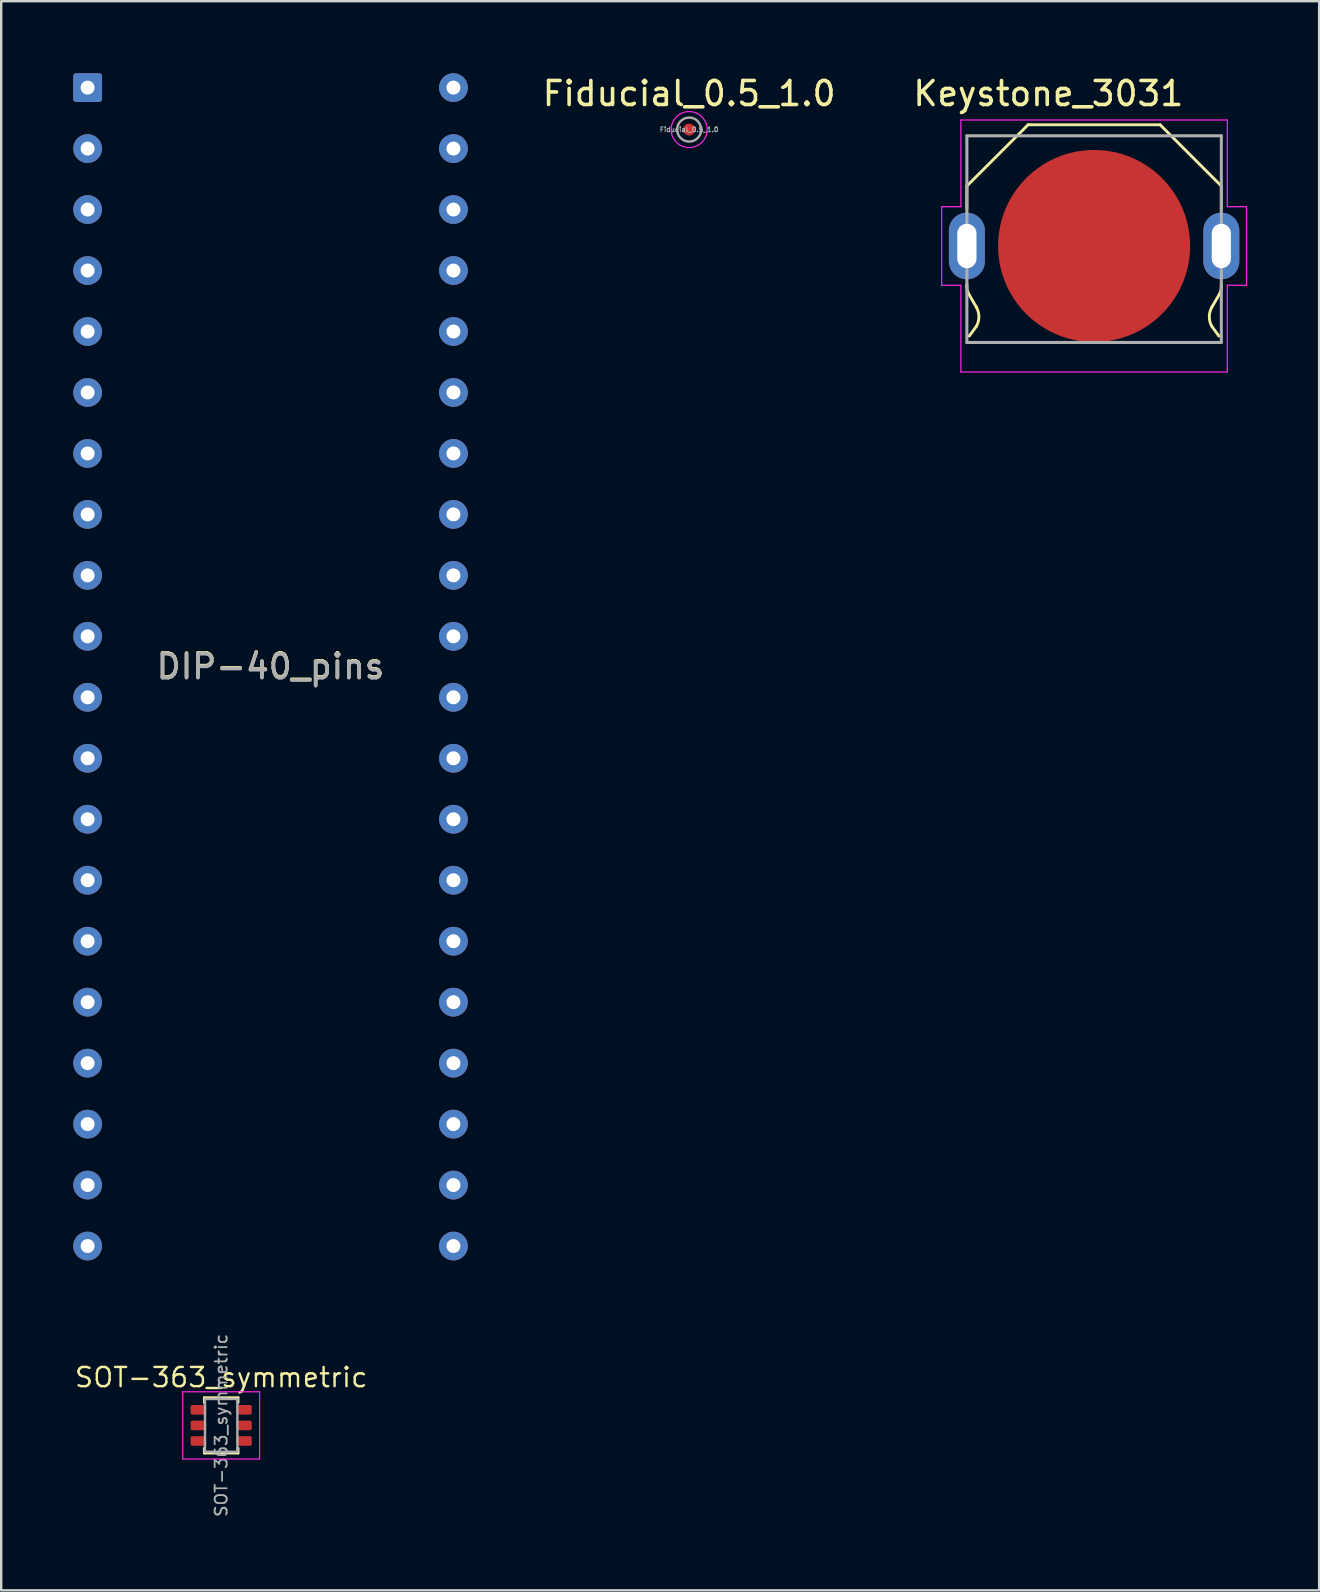
<source format=kicad_pcb>
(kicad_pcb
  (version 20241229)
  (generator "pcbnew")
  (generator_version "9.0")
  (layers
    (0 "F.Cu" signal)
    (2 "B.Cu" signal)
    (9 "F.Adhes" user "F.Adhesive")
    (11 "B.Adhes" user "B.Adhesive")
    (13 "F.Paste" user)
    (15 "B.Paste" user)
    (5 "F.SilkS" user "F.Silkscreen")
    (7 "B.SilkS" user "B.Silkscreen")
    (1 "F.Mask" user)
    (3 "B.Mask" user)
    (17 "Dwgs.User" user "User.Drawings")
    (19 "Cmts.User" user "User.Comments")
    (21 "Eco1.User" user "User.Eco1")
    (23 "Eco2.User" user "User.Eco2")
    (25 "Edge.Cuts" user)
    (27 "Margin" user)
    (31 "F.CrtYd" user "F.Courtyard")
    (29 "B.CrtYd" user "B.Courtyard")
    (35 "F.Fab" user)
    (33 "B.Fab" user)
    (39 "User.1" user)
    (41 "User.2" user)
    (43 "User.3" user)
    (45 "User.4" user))
  (footprint "DIP-40_pins"
    (layer "F.Cu")
    (at 0.6 0.6)
    (property "Reference" "DIP-40_pins" (at 7.62 24.1 0) (layer "F.SilkS") (effects (font (size 1 1) (thickness 0.15))))
    (attr through_hole)
    (fp_text user "${REFERENCE}" (at 7.62 24.13 0) (layer "F.Fab") (effects (font (size 1 1) (thickness 0.15))))
    (pad "1" thru_hole roundrect (at 0 0) (size 1.2 1.2) (drill 0.58) (layers "*.Cu" "*.Mask") (roundrect_rratio 0.1))
    (pad "2" thru_hole circle (at 0 2.54) (size 1.2 1.2) (drill 0.58) (layers "*.Cu" "*.Mask"))
    (pad "3" thru_hole circle (at 0 5.08) (size 1.2 1.2) (drill 0.58) (layers "*.Cu" "*.Mask"))
    (pad "4" thru_hole circle (at 0 7.62) (size 1.2 1.2) (drill 0.58) (layers "*.Cu" "*.Mask"))
    (pad "5" thru_hole circle (at 0 10.16) (size 1.2 1.2) (drill 0.58) (layers "*.Cu" "*.Mask"))
    (pad "6" thru_hole circle (at 0 12.7) (size 1.2 1.2) (drill 0.58) (layers "*.Cu" "*.Mask"))
    (pad "7" thru_hole circle (at 0 15.24) (size 1.2 1.2) (drill 0.58) (layers "*.Cu" "*.Mask"))
    (pad "8" thru_hole circle (at 0 17.78) (size 1.2 1.2) (drill 0.58) (layers "*.Cu" "*.Mask"))
    (pad "9" thru_hole circle (at 0 20.32) (size 1.2 1.2) (drill 0.58) (layers "*.Cu" "*.Mask"))
    (pad "10" thru_hole circle (at 0 22.86) (size 1.2 1.2) (drill 0.58) (layers "*.Cu" "*.Mask"))
    (pad "11" thru_hole circle (at 0 25.4) (size 1.2 1.2) (drill 0.58) (layers "*.Cu" "*.Mask"))
    (pad "12" thru_hole circle (at 0 27.94) (size 1.2 1.2) (drill 0.58) (layers "*.Cu" "*.Mask"))
    (pad "13" thru_hole circle (at 0 30.48) (size 1.2 1.2) (drill 0.58) (layers "*.Cu" "*.Mask"))
    (pad "14" thru_hole circle (at 0 33.02) (size 1.2 1.2) (drill 0.58) (layers "*.Cu" "*.Mask"))
    (pad "15" thru_hole circle (at 0 35.56) (size 1.2 1.2) (drill 0.58) (layers "*.Cu" "*.Mask"))
    (pad "16" thru_hole circle (at 0 38.1) (size 1.2 1.2) (drill 0.58) (layers "*.Cu" "*.Mask"))
    (pad "17" thru_hole circle (at 0 40.64) (size 1.2 1.2) (drill 0.58) (layers "*.Cu" "*.Mask"))
    (pad "18" thru_hole circle (at 0 43.18) (size 1.2 1.2) (drill 0.58) (layers "*.Cu" "*.Mask"))
    (pad "19" thru_hole circle (at 0 45.72) (size 1.2 1.2) (drill 0.58) (layers "*.Cu" "*.Mask"))
    (pad "20" thru_hole circle (at 0 48.26) (size 1.2 1.2) (drill 0.58) (layers "*.Cu" "*.Mask"))
    (pad "21" thru_hole circle (at 15.24 48.26) (size 1.2 1.2) (drill 0.58) (layers "*.Cu" "*.Mask"))
    (pad "22" thru_hole circle (at 15.24 45.72) (size 1.2 1.2) (drill 0.58) (layers "*.Cu" "*.Mask"))
    (pad "23" thru_hole circle (at 15.24 43.18) (size 1.2 1.2) (drill 0.58) (layers "*.Cu" "*.Mask"))
    (pad "24" thru_hole circle (at 15.24 40.64) (size 1.2 1.2) (drill 0.58) (layers "*.Cu" "*.Mask"))
    (pad "25" thru_hole circle (at 15.24 38.1) (size 1.2 1.2) (drill 0.58) (layers "*.Cu" "*.Mask"))
    (pad "26" thru_hole circle (at 15.24 35.56) (size 1.2 1.2) (drill 0.58) (layers "*.Cu" "*.Mask"))
    (pad "27" thru_hole circle (at 15.24 33.02) (size 1.2 1.2) (drill 0.58) (layers "*.Cu" "*.Mask"))
    (pad "28" thru_hole circle (at 15.24 30.48) (size 1.2 1.2) (drill 0.58) (layers "*.Cu" "*.Mask"))
    (pad "29" thru_hole circle (at 15.24 27.94) (size 1.2 1.2) (drill 0.58) (layers "*.Cu" "*.Mask"))
    (pad "30" thru_hole circle (at 15.24 25.4) (size 1.2 1.2) (drill 0.58) (layers "*.Cu" "*.Mask"))
    (pad "31" thru_hole circle (at 15.24 22.86) (size 1.2 1.2) (drill 0.58) (layers "*.Cu" "*.Mask"))
    (pad "32" thru_hole circle (at 15.24 20.32) (size 1.2 1.2) (drill 0.58) (layers "*.Cu" "*.Mask"))
    (pad "33" thru_hole circle (at 15.24 17.78) (size 1.2 1.2) (drill 0.58) (layers "*.Cu" "*.Mask"))
    (pad "34" thru_hole circle (at 15.24 15.24) (size 1.2 1.2) (drill 0.58) (layers "*.Cu" "*.Mask"))
    (pad "35" thru_hole circle (at 15.24 12.7) (size 1.2 1.2) (drill 0.58) (layers "*.Cu" "*.Mask"))
    (pad "36" thru_hole circle (at 15.24 10.16) (size 1.2 1.2) (drill 0.58) (layers "*.Cu" "*.Mask"))
    (pad "37" thru_hole circle (at 15.24 7.62) (size 1.2 1.2) (drill 0.58) (layers "*.Cu" "*.Mask"))
    (pad "38" thru_hole circle (at 15.24 5.08) (size 1.2 1.2) (drill 0.58) (layers "*.Cu" "*.Mask"))
    (pad "39" thru_hole circle (at 15.24 2.54) (size 1.2 1.2) (drill 0.58) (layers "*.Cu" "*.Mask"))
    (pad "40" thru_hole circle (at 15.24 0) (size 1.2 1.2) (drill 0.58) (layers "*.Cu" "*.Mask")))
  (footprint "Fiducial_0.5_1.0"
    (layer "F.Cu")
    (at 25.66 2.348)
    (property "Reference" "Fiducial_0.5_1.0" (at 0 -1.5 0) (layer "F.SilkS") (effects (font (size 1 1) (thickness 0.15))))
    (attr smd board_only exclude_from_bom allow_missing_courtyard)
    (fp_circle (center 0 0) (end 0.75 0) (stroke (width 0.05) (type solid)) (fill no) (layer "F.CrtYd"))
    (fp_circle (center 0 0) (end 0.5 0) (stroke (width 0.1) (type solid)) (fill no) (layer "F.Fab"))
    (fp_text user "${REFERENCE}" (at 0 0 0) (layer "F.Fab") (effects (font (size 0.2 0.2) (thickness 0.04))))
    (pad "" smd circle (at 0 0) (size 0.5 0.5) (layers "F.Cu" "F.Mask")))
  (footprint "SOT-363_symmetric"
    (layer "F.Cu")
    (at 6.165 56.332)
    (property "Reference" "SOT-363_symmetric" (at 0 -2 0) (unlocked yes) (layer "F.SilkS") (effects (font (size 0.8 0.8) (thickness 0.1))))
    (attr smd)
    (fp_line (start -0.7 -0.95) (end -0.7 -1.15) (stroke (width 0.12) (type default)) (layer "F.SilkS"))
    (fp_line (start -0.7 1.15) (end -0.7 0.95) (stroke (width 0.12) (type default)) (layer "F.SilkS"))
    (fp_line (start -0.7 1.15) (end 0.7 1.15) (stroke (width 0.12) (type solid)) (layer "F.SilkS"))
    (fp_line (start 0.7 -1.15) (end -0.7 -1.15) (stroke (width 0.12) (type solid)) (layer "F.SilkS"))
    (fp_line (start 0.7 -0.95) (end 0.7 -1.15) (stroke (width 0.12) (type default)) (layer "F.SilkS"))
    (fp_line (start 0.7 1.15) (end 0.7 0.95) (stroke (width 0.12) (type default)) (layer "F.SilkS"))
    (fp_line (start -1.6 -1.4) (end -1.6 1.4) (stroke (width 0.05) (type solid)) (layer "F.CrtYd"))
    (fp_line (start -1.6 -1.4) (end 1.6 -1.4) (stroke (width 0.05) (type solid)) (layer "F.CrtYd"))
    (fp_line (start -1.6 1.4) (end 1.6 1.4) (stroke (width 0.05) (type solid)) (layer "F.CrtYd"))
    (fp_line (start 1.6 1.4) (end 1.6 -1.4) (stroke (width 0.05) (type solid)) (layer "F.CrtYd"))
    (fp_line (start -0.675 -1.1) (end -0.675 1.1) (stroke (width 0.1) (type solid)) (layer "F.Fab"))
    (fp_line (start 0.675 -1.1) (end -0.675 -1.1) (stroke (width 0.1) (type solid)) (layer "F.Fab"))
    (fp_line (start 0.675 -1.1) (end 0.675 1.1) (stroke (width 0.1) (type solid)) (layer "F.Fab"))
    (fp_line (start 0.675 1.1) (end -0.675 1.1) (stroke (width 0.1) (type solid)) (layer "F.Fab"))
    (fp_text user "${REFERENCE}" (at 0 0 90) (layer "F.Fab") (effects (font (size 0.5 0.5) (thickness 0.075))))
    (pad "1" smd roundrect (at -0.95 -0.65) (size 0.65 0.4) (layers "F.Cu" "F.Mask" "F.Paste") (roundrect_rratio 0.18))
    (pad "2" smd roundrect (at -0.95 0) (size 0.65 0.4) (layers "F.Cu" "F.Mask" "F.Paste") (roundrect_rratio 0.18))
    (pad "3" smd roundrect (at -0.95 0.65) (size 0.65 0.4) (layers "F.Cu" "F.Mask" "F.Paste") (roundrect_rratio 0.18))
    (pad "4" smd roundrect (at 0.95 0.65) (size 0.65 0.4) (layers "F.Cu" "F.Mask" "F.Paste") (roundrect_rratio 0.18))
    (pad "5" smd roundrect (at 0.95 0) (size 0.65 0.4) (layers "F.Cu" "F.Mask" "F.Paste") (roundrect_rratio 0.18))
    (pad "6" smd roundrect (at 0.95 -0.65) (size 0.65 0.4) (layers "F.Cu" "F.Mask" "F.Paste") (roundrect_rratio 0.18)))
  (footprint "Keystone_3031"
    (layer "F.Cu")
    (at 42.53 7.198)
    (property "Reference" "Keystone_3031" (at -1.905 -6.35 0) (layer "F.SilkS") (effects (font (size 1 1) (thickness 0.15))))
    (attr through_hole)
    (fp_line (start -5.3 -2.5) (end -2.75 -5.05) (stroke (width 0.12) (type default)) (layer "F.SilkS"))
    (fp_line (start -5.3 -1.55) (end -5.3 -2.5) (stroke (width 0.12) (type default)) (layer "F.SilkS"))
    (fp_line (start -5.3 1.696) (end -5.3 1.6) (stroke (width 0.12) (type default)) (layer "F.SilkS"))
    (fp_line (start -5.225 1.995) (end -4.905 2.549) (stroke (width 0.12) (type default)) (layer "F.SilkS"))
    (fp_line (start -4.907 3.35) (end -5.2 3.75) (stroke (width 0.12) (type default)) (layer "F.SilkS"))
    (fp_line (start 2.75 -5.05) (end -2.75 -5.05) (stroke (width 0.12) (type default)) (layer "F.SilkS"))
    (fp_line (start 4.907 3.352) (end 5.2 3.752) (stroke (width 0.12) (type default)) (layer "F.SilkS"))
    (fp_line (start 5.225 1.997) (end 4.905 2.551) (stroke (width 0.12) (type default)) (layer "F.SilkS"))
    (fp_line (start 5.3 -2.5) (end 2.75 -5.05) (stroke (width 0.12) (type default)) (layer "F.SilkS"))
    (fp_line (start 5.3 -1.55) (end 5.3 -2.5) (stroke (width 0.12) (type default)) (layer "F.SilkS"))
    (fp_line (start 5.3 1.698) (end 5.3 1.602) (stroke (width 0.12) (type default)) (layer "F.SilkS"))
    (fp_arc (start -5.224755 1.994788) (mid -5.280899 1.85) (end -5.3 1.695887) (stroke (width 0.12) (type default)) (layer "F.SilkS"))
    (fp_arc (start -4.905239 2.549272) (mid -4.8 2.95) (end -4.906989 3.350265) (stroke (width 0.12) (type default)) (layer "F.SilkS"))
    (fp_arc (start 4.906989 3.352321) (mid 4.800001 2.952056) (end 4.905239 2.551328) (stroke (width 0.12) (type default)) (layer "F.SilkS"))
    (fp_arc (start 5.3 1.697943) (mid 5.2809 1.852056) (end 5.224755 1.996844) (stroke (width 0.12) (type default)) (layer "F.SilkS"))
    (fp_line (start -6.35 -1.637) (end -5.55 -1.637) (stroke (width 0.05) (type solid)) (layer "F.CrtYd"))
    (fp_line (start -6.35 1.637) (end -6.35 -1.637) (stroke (width 0.05) (type solid)) (layer "F.CrtYd"))
    (fp_line (start -5.55 -5.25) (end 5.55 -5.25) (stroke (width 0.05) (type solid)) (layer "F.CrtYd"))
    (fp_line (start -5.55 -1.637) (end -5.55 -5.25) (stroke (width 0.05) (type solid)) (layer "F.CrtYd"))
    (fp_line (start -5.55 1.637) (end -6.35 1.637) (stroke (width 0.05) (type solid)) (layer "F.CrtYd"))
    (fp_line (start -5.55 1.637) (end -5.55 5.25) (stroke (width 0.05) (type solid)) (layer "F.CrtYd"))
    (fp_line (start -5.55 5.25) (end 5.55 5.25) (stroke (width 0.05) (type solid)) (layer "F.CrtYd"))
    (fp_line (start 5.55 -5.25) (end 5.55 -1.637) (stroke (width 0.05) (type solid)) (layer "F.CrtYd"))
    (fp_line (start 5.55 -1.637) (end 6.35 -1.637) (stroke (width 0.05) (type solid)) (layer "F.CrtYd"))
    (fp_line (start 5.55 5.25) (end 5.55 1.637) (stroke (width 0.05) (type solid)) (layer "F.CrtYd"))
    (fp_line (start 6.35 -1.637) (end 6.35 1.637) (stroke (width 0.05) (type solid)) (layer "F.CrtYd"))
    (fp_line (start 6.35 1.637) (end 5.55 1.637) (stroke (width 0.05) (type solid)) (layer "F.CrtYd"))
    (fp_line (start -5.3 -4.59) (end 5.3 -4.59) (stroke (width 0.127) (type solid)) (layer "F.Fab"))
    (fp_line (start -5.3 4.02) (end -5.3 -4.59) (stroke (width 0.127) (type solid)) (layer "F.Fab"))
    (fp_line (start -5.3 4.02) (end 5.3 4.02) (stroke (width 0.127) (type solid)) (layer "F.Fab"))
    (fp_line (start 5.3 -4.59) (end 5.3 4.02) (stroke (width 0.127) (type solid)) (layer "F.Fab"))
    (pad "1" thru_hole oval (at -5.3 0) (size 1.5 2.775) (drill oval 0.8 1.85) (layers "*.Cu" "*.Mask"))
    (pad "1" thru_hole oval (at 5.3 0) (size 1.5 2.775) (drill oval 0.8 1.85) (layers "*.Cu" "*.Mask"))
    (pad "2" smd circle (at 0 0) (size 8 8) (layers "F.Cu" "F.Mask")))
  (gr_rect
    (start -3 -3)
    (end 51.905 63.204)
    (stroke (width 0.1) (type default))
    (fill no)
    (layer "Edge.Cuts")))
</source>
